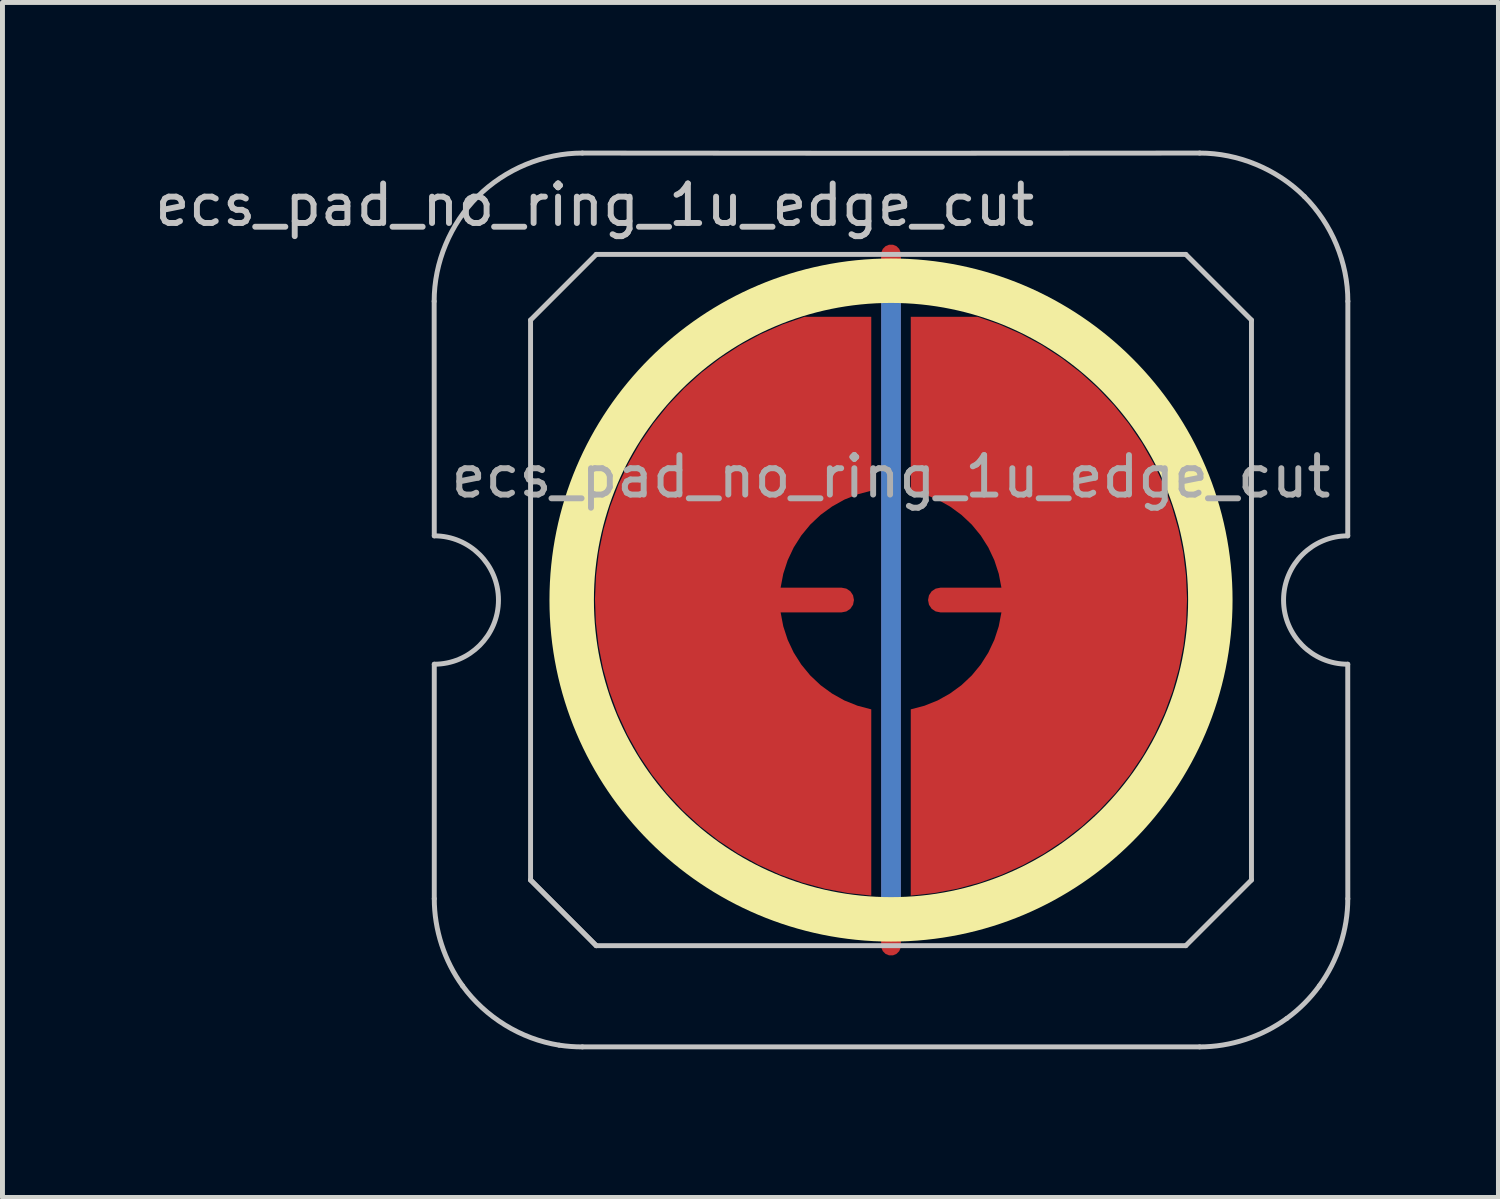
<source format=kicad_pcb>
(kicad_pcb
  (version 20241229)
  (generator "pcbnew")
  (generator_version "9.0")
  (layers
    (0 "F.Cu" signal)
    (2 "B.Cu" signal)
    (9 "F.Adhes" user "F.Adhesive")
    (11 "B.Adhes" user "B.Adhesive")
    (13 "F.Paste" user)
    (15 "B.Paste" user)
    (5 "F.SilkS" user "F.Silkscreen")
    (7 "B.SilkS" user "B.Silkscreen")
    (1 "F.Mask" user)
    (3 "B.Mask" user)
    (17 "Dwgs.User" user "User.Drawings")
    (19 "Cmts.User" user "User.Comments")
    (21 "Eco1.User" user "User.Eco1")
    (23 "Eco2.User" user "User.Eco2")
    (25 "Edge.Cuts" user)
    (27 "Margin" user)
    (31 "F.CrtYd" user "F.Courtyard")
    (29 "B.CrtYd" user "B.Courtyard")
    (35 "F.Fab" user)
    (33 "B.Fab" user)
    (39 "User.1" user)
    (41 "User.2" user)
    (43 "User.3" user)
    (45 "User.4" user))
  (footprint "ecs_pad_no_ring_1u_edge_cut"
    (layer "F.Cu")
    (at 14.995 9.102)
    (property "Reference" "ecs_pad_no_ring_1u_edge_cut" (at -6 -8 0) (layer "Dwgs.User") (effects (font (size 0.8 0.8) (thickness 0.12))))
    (attr smd)
    (fp_circle (center 0 0) (end 6.467 0) (stroke (width 0.9) (type solid)) (fill no) (layer "F.SilkS"))
    (fp_line (start -9.252 -6.05) (end -9.25 -1.3) (stroke (width 0.1) (type solid)) (layer "Dwgs.User"))
    (fp_line (start -9.25 1.3) (end -9.25 6.049) (stroke (width 0.1) (type solid)) (layer "Dwgs.User"))
    (fp_line (start -7.3 -5.67) (end -5.97 -7) (stroke (width 0.1) (type solid)) (layer "Dwgs.User"))
    (fp_line (start -7.3 5.67) (end -7.3 -5.67) (stroke (width 0.1) (type solid)) (layer "Dwgs.User"))
    (fp_line (start -7.3 5.67) (end -5.97 7) (stroke (width 0.1) (type solid)) (layer "Dwgs.User"))
    (fp_line (start -5.97 -7) (end 5.97 -7) (stroke (width 0.1) (type solid)) (layer "Dwgs.User"))
    (fp_line (start -5.97 7) (end -7.3 5.67) (stroke (width 0.1) (type solid)) (layer "Dwgs.User"))
    (fp_line (start 5.97 -7) (end 7.3 -5.67) (stroke (width 0.1) (type solid)) (layer "Dwgs.User"))
    (fp_line (start 5.97 7) (end -5.97 7) (stroke (width 0.1) (type solid)) (layer "Dwgs.User"))
    (fp_line (start 7.3 -5.67) (end 7.3 5.67) (stroke (width 0.1) (type solid)) (layer "Dwgs.User"))
    (fp_line (start 7.3 5.67) (end 5.97 7) (stroke (width 0.1) (type solid)) (layer "Dwgs.User"))
    (fp_line (start 9.25 1.3) (end 9.251 6.049) (stroke (width 0.1) (type solid)) (layer "Dwgs.User"))
    (fp_line (start 9.252 -6.05) (end 9.25 -1.3) (stroke (width 0.1) (type solid)) (layer "Dwgs.User"))
    (fp_arc (start -9.25 -1.3) (mid -7.95 0) (end -9.25 1.3) (stroke (width 0.1) (type solid)) (layer "Dwgs.User"))
    (fp_arc (start 9.25 1.3) (mid 7.95 0) (end 9.25 -1.3) (stroke (width 0.1) (type solid)) (layer "Dwgs.User"))
    (fp_curve (pts (xy -9.25 6.049) (xy -9.25 6.677) (xy -9.046 7.307) (xy -8.677 7.814)) (stroke (width 0.1) (type solid)) (layer "Dwgs.User"))
    (fp_curve (pts (xy -8.677 7.814) (xy -8.215 8.449) (xy -7.496 8.893) (xy -6.72 9.015)) (stroke (width 0.1) (type solid)) (layer "Dwgs.User"))
    (fp_curve (pts (xy -8.372 -8.172) (xy -8.926 -7.618) (xy -9.254 -6.836) (xy -9.252 -6.05)) (stroke (width 0.1) (type solid)) (layer "Dwgs.User"))
    (fp_curve (pts (xy -6.72 9.015) (xy -6.564 9.039) (xy -6.407 9.05) (xy -6.25 9.05)) (stroke (width 0.1) (type solid)) (layer "Dwgs.User"))
    (fp_curve (pts (xy -6.25 9.05) (xy -2.118 9.052) (xy 2.117 9.05) (xy 6.25 9.05)) (stroke (width 0.1) (type solid)) (layer "Dwgs.User"))
    (fp_curve (pts (xy -6.25 -9.052) (xy -7.035 -9.053) (xy -7.817 -8.726) (xy -8.372 -8.172)) (stroke (width 0.1) (type solid)) (layer "Dwgs.User"))
    (fp_curve (pts (xy 6.25 -9.052) (xy 2.116 -9.046) (xy -2.116 -9.046) (xy -6.25 -9.052)) (stroke (width 0.1) (type solid)) (layer "Dwgs.User"))
    (fp_curve (pts (xy 6.25 9.05) (xy 6.878 9.05) (xy 7.504 8.844) (xy 8.013 8.476)) (stroke (width 0.1) (type solid)) (layer "Dwgs.User"))
    (fp_curve (pts (xy 8.013 8.476) (xy 8.267 8.291) (xy 8.492 8.066) (xy 8.676 7.812)) (stroke (width 0.1) (type solid)) (layer "Dwgs.User"))
    (fp_curve (pts (xy 8.372 -8.172) (xy 7.817 -8.726) (xy 7.035 -9.053) (xy 6.25 -9.052)) (stroke (width 0.1) (type solid)) (layer "Dwgs.User"))
    (fp_curve (pts (xy 8.676 7.812) (xy 9.045 7.303) (xy 9.251 6.678) (xy 9.251 6.049)) (stroke (width 0.1) (type solid)) (layer "Dwgs.User"))
    (fp_curve (pts (xy 9.252 -6.05) (xy 9.254 -6.836) (xy 8.926 -7.618) (xy 8.372 -8.172)) (stroke (width 0.1) (type solid)) (layer "Dwgs.User"))
    (fp_text user "${REFERENCE}" (at 0 -2.5 0) (layer "F.Fab") (effects (font (size 0.8 0.8) (thickness 0.12))))
    (pad "1" smd custom (at -1 0) (size 0.142 0.142) (layers "F.Cu") (options (anchor circle)) (primitives (gr_poly (pts (xy 0.323 -2.141) (xy 0.056 -2.034) (xy -0.194 -1.894) (xy -0.426 -1.725) (xy -0.635 -1.528) (xy -0.817 -1.307) (xy -0.971 -1.064) (xy -1.093 -0.805) (xy -1.182 -0.532) (xy -1.236 -0.25) (xy 0 -0.25) (xy 0.096 -0.231) (xy 0.177 -0.177) (xy 0.231 -0.096) (xy 0.25 0) (xy 0.231 0.096) (xy 0.177 0.177) (xy 0.096 0.231) (xy 0 0.25) (xy -1.236 0.25) (xy -1.182 0.532) (xy -1.093 0.805) (xy -0.971 1.064) (xy -0.817 1.307) (xy -0.635 1.528) (xy -0.426 1.725) (xy -0.194 1.894) (xy 0.056 2.034) (xy 0.323 2.141) (xy 0.6 2.214) (xy 0.6 5.986) (xy 0.127 5.935) (xy -0.341 5.847) (xy -0.8 5.722) (xy -1.248 5.561) (xy -1.681 5.365) (xy -2.098 5.135) (xy -2.495 4.873) (xy -2.87 4.581) (xy -3.221 4.259) (xy -3.545 3.911) (xy -3.841 3.538) (xy -4.106 3.143) (xy -4.339 2.728) (xy -4.538 2.296) (xy -4.703 1.849) (xy -4.831 1.391) (xy -4.923 0.924) (xy -4.978 0.452) (xy -4.995 -0.024) (xy -4.974 -0.499) (xy -4.916 -0.971) (xy -4.82 -1.437) (xy -4.688 -1.895) (xy -4.52 -2.34) (xy -4.317 -2.77) (xy -4.081 -3.183) (xy -3.813 -3.576) (xy -3.514 -3.947) (xy -3.187 -4.292) (xy -2.834 -4.611) (xy -2.456 -4.901) (xy -2.057 -5.16) (xy -1.639 -5.386) (xy -1.203 -5.579) (xy -0.754 -5.736) (xy 0.6 -5.736) (xy 0.6 -2.214)) (width 0) (fill yes))))
    (pad "2" smd custom (at 1 0) (size 0.142 0.142) (layers "F.Cu") (options (anchor circle)) (primitives (gr_poly (pts (xy -0.323 -2.141) (xy -0.056 -2.034) (xy 0.194 -1.894) (xy 0.426 -1.725) (xy 0.635 -1.528) (xy 0.817 -1.307) (xy 0.971 -1.064) (xy 1.093 -0.805) (xy 1.182 -0.532) (xy 1.236 -0.25) (xy 0 -0.25) (xy -0.096 -0.231) (xy -0.177 -0.177) (xy -0.231 -0.096) (xy -0.25 0) (xy -0.231 0.096) (xy -0.177 0.177) (xy -0.096 0.231) (xy 0 0.25) (xy 1.236 0.25) (xy 1.182 0.532) (xy 1.093 0.805) (xy 0.971 1.064) (xy 0.817 1.307) (xy 0.635 1.528) (xy 0.426 1.725) (xy 0.194 1.894) (xy -0.056 2.034) (xy -0.323 2.141) (xy -0.6 2.214) (xy -0.6 5.986) (xy -0.127 5.935) (xy 0.341 5.847) (xy 0.8 5.722) (xy 1.248 5.561) (xy 1.681 5.365) (xy 2.098 5.135) (xy 2.495 4.873) (xy 2.87 4.581) (xy 3.221 4.259) (xy 3.545 3.911) (xy 3.841 3.538) (xy 4.106 3.143) (xy 4.339 2.728) (xy 4.538 2.296) (xy 4.703 1.849) (xy 4.831 1.391) (xy 4.923 0.924) (xy 4.978 0.452) (xy 4.995 -0.024) (xy 4.974 -0.499) (xy 4.916 -0.971) (xy 4.82 -1.437) (xy 4.688 -1.895) (xy 4.52 -2.34) (xy 4.317 -2.77) (xy 4.081 -3.183) (xy 3.813 -3.576) (xy 3.514 -3.947) (xy 3.187 -4.292) (xy 2.834 -4.611) (xy 2.456 -4.901) (xy 2.057 -5.16) (xy 1.639 -5.386) (xy 1.203 -5.579) (xy 0.754 -5.736) (xy -0.6 -5.736) (xy -0.6 -2.214)) (width 0) (fill yes))))
    (pad "3" smd custom (at 0 0) (size 0.4 0.4) (layers "F.Cu") (options (anchor rect)) (primitives (gr_line (start 0 -7) (end 0 7) (width 0.4))))
    (pad "3" smd custom (at 0 0) (size 0.4 0.4) (layers "B.Cu") (options (anchor rect)) (primitives (gr_line (start 0 -6.5) (end 0 6.5) (width 0.4))))
    (zone (net_name "") (layer "F.Cu") (hatch edge 0.508) (connect_pads) (min_thickness 0.254) (filled_areas_thickness no) (keepout (tracks allowed) (vias allowed) (pads allowed) (copperpour not_allowed) (footprints allowed)) (placement (enabled no)) (fill) (polygon (pts (xy 22 9.102) (xy 21.981 8.589) (xy 21.925 8.078) (xy 21.831 7.574) (xy 21.701 7.077) (xy 21.535 6.591) (xy 21.333 6.119) (xy 21.098 5.663) (xy 20.83 5.225) (xy 20.53 4.808) (xy 20.201 4.415) (xy 19.844 4.046) (xy 19.46 3.704) (xy 19.053 3.392) (xy 18.624 3.11) (xy 18.175 2.86) (xy 17.71 2.644) (xy 17.23 2.463) (xy 16.737 2.317) (xy 16.236 2.208) (xy 15.727 2.135) (xy 15.215 2.1) (xy 14.702 2.103) (xy 14.19 2.143) (xy 13.683 2.221) (xy 13.182 2.335) (xy 12.692 2.486) (xy 12.213 2.673) (xy 11.75 2.894) (xy 11.304 3.148) (xy 10.878 3.435) (xy 10.474 3.751) (xy 10.094 4.097) (xy 9.741 4.469) (xy 9.416 4.867) (xy 9.12 5.287) (xy 8.857 5.727) (xy 8.626 6.186) (xy 8.43 6.66) (xy 8.268 7.147) (xy 8.143 7.645) (xy 8.055 8.151) (xy 8.004 8.662) (xy 7.991 9.175) (xy 8.015 9.688) (xy 8.077 10.198) (xy 8.175 10.701) (xy 8.311 11.196) (xy 8.482 11.68) (xy 8.689 12.15) (xy 8.929 12.604) (xy 9.202 13.039) (xy 9.506 13.453) (xy 9.839 13.843) (xy 10.2 14.208) (xy 10.587 14.546) (xy 10.997 14.854) (xy 11.429 15.131) (xy 11.881 15.376) (xy 12.349 15.587) (xy 12.831 15.764) (xy 13.324 15.904) (xy 13.827 16.009) (xy 14.336 16.076) (xy 14.849 16.105) (xy 15.362 16.097) (xy 15.873 16.051) (xy 16.38 15.968) (xy 16.879 15.849) (xy 17.368 15.692) (xy 17.844 15.501) (xy 18.305 15.275) (xy 18.749 15.016) (xy 19.172 14.725) (xy 19.572 14.404) (xy 19.948 14.055) (xy 20.298 13.679) (xy 20.619 13.278) (xy 20.91 12.855) (xy 21.169 12.412) (xy 21.395 11.951) (xy 21.586 11.475) (xy 21.742 10.985) (xy 21.862 10.486) (xy 21.945 9.98) (xy 21.991 9.468))))
    (zone (net_name "") (layer "B.Cu") (hatch edge 0.508) (connect_pads) (min_thickness 0.254) (filled_areas_thickness no) (keepout (tracks allowed) (vias allowed) (pads allowed) (copperpour not_allowed) (footprints allowed)) (placement (enabled no)) (fill) (polygon (pts (xy 21.553 9.102) (xy 21.533 8.587) (xy 21.473 8.076) (xy 21.372 7.571) (xy 21.233 7.075) (xy 21.054 6.592) (xy 20.839 6.124) (xy 20.587 5.675) (xy 20.301 5.247) (xy 19.982 4.842) (xy 19.633 4.464) (xy 19.254 4.115) (xy 18.85 3.796) (xy 18.422 3.51) (xy 17.973 3.258) (xy 17.505 3.043) (xy 17.022 2.864) (xy 16.526 2.725) (xy 16.021 2.624) (xy 15.51 2.564) (xy 14.995 2.543) (xy 14.481 2.564) (xy 13.969 2.624) (xy 13.464 2.725) (xy 12.969 2.864) (xy 12.486 3.043) (xy 12.018 3.258) (xy 11.569 3.51) (xy 11.14 3.796) (xy 10.736 4.115) (xy 10.358 4.464) (xy 10.008 4.842) (xy 9.689 5.247) (xy 9.403 5.675) (xy 9.152 6.124) (xy 8.936 6.592) (xy 8.758 7.075) (xy 8.618 7.571) (xy 8.518 8.076) (xy 8.457 8.587) (xy 8.437 9.102) (xy 8.457 9.616) (xy 8.518 10.128) (xy 8.618 10.633) (xy 8.758 11.128) (xy 8.936 11.611) (xy 9.152 12.079) (xy 9.403 12.528) (xy 9.689 12.957) (xy 10.008 13.361) (xy 10.358 13.739) (xy 10.736 14.089) (xy 11.14 14.407) (xy 11.569 14.694) (xy 12.018 14.945) (xy 12.486 15.161) (xy 12.969 15.339) (xy 13.464 15.479) (xy 13.969 15.579) (xy 14.481 15.64) (xy 14.995 15.66) (xy 15.51 15.64) (xy 16.021 15.579) (xy 16.526 15.479) (xy 17.022 15.339) (xy 17.505 15.161) (xy 17.973 14.945) (xy 18.422 14.694) (xy 18.85 14.407) (xy 19.254 14.089) (xy 19.633 13.739) (xy 19.982 13.361) (xy 20.301 12.957) (xy 20.587 12.528) (xy 20.839 12.079) (xy 21.054 11.611) (xy 21.233 11.128) (xy 21.372 10.633) (xy 21.473 10.128) (xy 21.533 9.616)))))
  (gr_rect
    (start -3 -3)
    (end 27.297 21.202)
    (stroke (width 0.1) (type default))
    (fill no)
    (layer "Edge.Cuts")))
</source>
